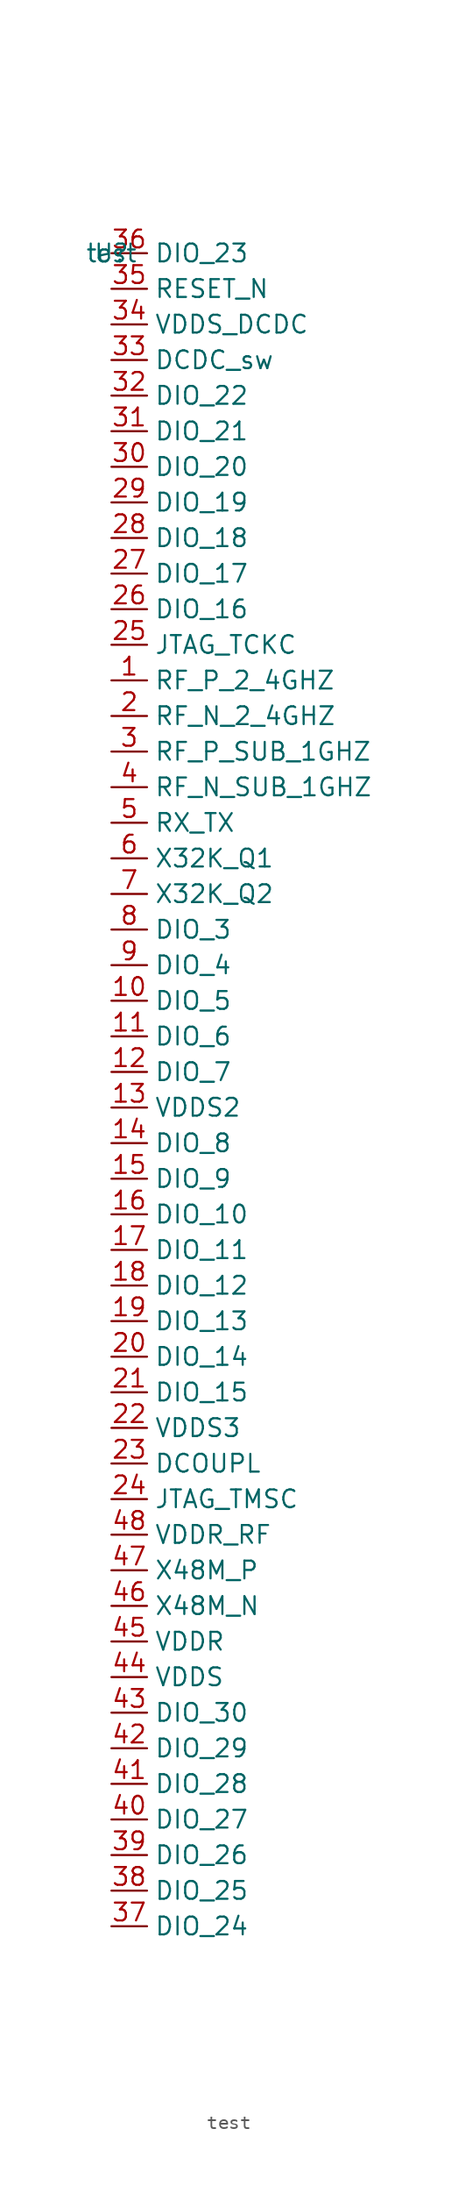
<source format=kicad_sym>
(kicad_symbol_lib
  (version 20211014)
  (generator symbolOCR)
  (symbol "test"
    (property "Reference" "U"
      (at 0 0 0)
      (effects (font (size 1.27 1.27))))
    (property "Value" "test"
      (at 0 0 0)
      (effects (font (size 1.27 1.27))))
    (symbol "test_1_1"
      (pin input line (at 0 0.00 0) (length 2.54) (name "DIO_23" (effects (font (size 1.27 1.27)))) (number "36" (effects (font (size 1.27 1.27)))))
      (pin input line (at 0 -2.54 0) (length 2.54) (name "RESET_N" (effects (font (size 1.27 1.27)))) (number "35" (effects (font (size 1.27 1.27)))))
      (pin input line (at 0 -5.08 0) (length 2.54) (name "VDDS_DCDC" (effects (font (size 1.27 1.27)))) (number "34" (effects (font (size 1.27 1.27)))))
      (pin input line (at 0 -7.62 0) (length 2.54) (name "DCDC_sw" (effects (font (size 1.27 1.27)))) (number "33" (effects (font (size 1.27 1.27)))))
      (pin input line (at 0 -10.16 0) (length 2.54) (name "DIO_22" (effects (font (size 1.27 1.27)))) (number "32" (effects (font (size 1.27 1.27)))))
      (pin input line (at 0 -12.70 0) (length 2.54) (name "DIO_21" (effects (font (size 1.27 1.27)))) (number "31" (effects (font (size 1.27 1.27)))))
      (pin input line (at 0 -15.24 0) (length 2.54) (name "DIO_20" (effects (font (size 1.27 1.27)))) (number "30" (effects (font (size 1.27 1.27)))))
      (pin input line (at 0 -17.78 0) (length 2.54) (name "DIO_19" (effects (font (size 1.27 1.27)))) (number "29" (effects (font (size 1.27 1.27)))))
      (pin input line (at 0 -20.32 0) (length 2.54) (name "DIO_18" (effects (font (size 1.27 1.27)))) (number "28" (effects (font (size 1.27 1.27)))))
      (pin input line (at 0 -22.86 0) (length 2.54) (name "DIO_17" (effects (font (size 1.27 1.27)))) (number "27" (effects (font (size 1.27 1.27)))))
      (pin input line (at 0 -25.40 0) (length 2.54) (name "DIO_16" (effects (font (size 1.27 1.27)))) (number "26" (effects (font (size 1.27 1.27)))))
      (pin input line (at 0 -27.94 0) (length 2.54) (name "JTAG_TCKC" (effects (font (size 1.27 1.27)))) (number "25" (effects (font (size 1.27 1.27)))))
      (pin input line (at 0 -30.48 0) (length 2.54) (name "RF_P_2_4GHZ" (effects (font (size 1.27 1.27)))) (number "1" (effects (font (size 1.27 1.27)))))
      (pin input line (at 0 -33.02 0) (length 2.54) (name "RF_N_2_4GHZ" (effects (font (size 1.27 1.27)))) (number "2" (effects (font (size 1.27 1.27)))))
      (pin input line (at 0 -35.56 0) (length 2.54) (name "RF_P_SUB_1GHZ" (effects (font (size 1.27 1.27)))) (number "3" (effects (font (size 1.27 1.27)))))
      (pin input line (at 0 -38.10 0) (length 2.54) (name "RF_N_SUB_1GHZ" (effects (font (size 1.27 1.27)))) (number "4" (effects (font (size 1.27 1.27)))))
      (pin input line (at 0 -40.64 0) (length 2.54) (name "RX_TX" (effects (font (size 1.27 1.27)))) (number "5" (effects (font (size 1.27 1.27)))))
      (pin input line (at 0 -43.18 0) (length 2.54) (name "X32K_Q1" (effects (font (size 1.27 1.27)))) (number "6" (effects (font (size 1.27 1.27)))))
      (pin input line (at 0 -45.72 0) (length 2.54) (name "X32K_Q2" (effects (font (size 1.27 1.27)))) (number "7" (effects (font (size 1.27 1.27)))))
      (pin input line (at 0 -48.26 0) (length 2.54) (name "DIO_3" (effects (font (size 1.27 1.27)))) (number "8" (effects (font (size 1.27 1.27)))))
      (pin input line (at 0 -50.80 0) (length 2.54) (name "DIO_4" (effects (font (size 1.27 1.27)))) (number "9" (effects (font (size 1.27 1.27)))))
      (pin input line (at 0 -53.34 0) (length 2.54) (name "DIO_5" (effects (font (size 1.27 1.27)))) (number "10" (effects (font (size 1.27 1.27)))))
      (pin input line (at 0 -55.88 0) (length 2.54) (name "DIO_6" (effects (font (size 1.27 1.27)))) (number "11" (effects (font (size 1.27 1.27)))))
      (pin input line (at 0 -58.42 0) (length 2.54) (name "DIO_7" (effects (font (size 1.27 1.27)))) (number "12" (effects (font (size 1.27 1.27)))))
      (pin input line (at 0 -60.96 0) (length 2.54) (name "VDDS2" (effects (font (size 1.27 1.27)))) (number "13" (effects (font (size 1.27 1.27)))))
      (pin input line (at 0 -63.50 0) (length 2.54) (name "DIO_8" (effects (font (size 1.27 1.27)))) (number "14" (effects (font (size 1.27 1.27)))))
      (pin input line (at 0 -66.04 0) (length 2.54) (name "DIO_9" (effects (font (size 1.27 1.27)))) (number "15" (effects (font (size 1.27 1.27)))))
      (pin input line (at 0 -68.58 0) (length 2.54) (name "DIO_10" (effects (font (size 1.27 1.27)))) (number "16" (effects (font (size 1.27 1.27)))))
      (pin input line (at 0 -71.12 0) (length 2.54) (name "DIO_11" (effects (font (size 1.27 1.27)))) (number "17" (effects (font (size 1.27 1.27)))))
      (pin input line (at 0 -73.66 0) (length 2.54) (name "DIO_12" (effects (font (size 1.27 1.27)))) (number "18" (effects (font (size 1.27 1.27)))))
      (pin input line (at 0 -76.20 0) (length 2.54) (name "DIO_13" (effects (font (size 1.27 1.27)))) (number "19" (effects (font (size 1.27 1.27)))))
      (pin input line (at 0 -78.74 0) (length 2.54) (name "DIO_14" (effects (font (size 1.27 1.27)))) (number "20" (effects (font (size 1.27 1.27)))))
      (pin input line (at 0 -81.28 0) (length 2.54) (name "DIO_15" (effects (font (size 1.27 1.27)))) (number "21" (effects (font (size 1.27 1.27)))))
      (pin input line (at 0 -83.82 0) (length 2.54) (name "VDDS3" (effects (font (size 1.27 1.27)))) (number "22" (effects (font (size 1.27 1.27)))))
      (pin input line (at 0 -86.36 0) (length 2.54) (name "DCOUPL" (effects (font (size 1.27 1.27)))) (number "23" (effects (font (size 1.27 1.27)))))
      (pin input line (at 0 -88.90 0) (length 2.54) (name "JTAG_TMSC" (effects (font (size 1.27 1.27)))) (number "24" (effects (font (size 1.27 1.27)))))
      (pin input line (at 0 -91.44 0) (length 2.54) (name "VDDR_RF" (effects (font (size 1.27 1.27)))) (number "48" (effects (font (size 1.27 1.27)))))
      (pin input line (at 0 -93.98 0) (length 2.54) (name "X48M_P" (effects (font (size 1.27 1.27)))) (number "47" (effects (font (size 1.27 1.27)))))
      (pin input line (at 0 -96.52 0) (length 2.54) (name "X48M_N" (effects (font (size 1.27 1.27)))) (number "46" (effects (font (size 1.27 1.27)))))
      (pin input line (at 0 -99.06 0) (length 2.54) (name "VDDR" (effects (font (size 1.27 1.27)))) (number "45" (effects (font (size 1.27 1.27)))))
      (pin input line (at 0 -101.60 0) (length 2.54) (name "VDDS" (effects (font (size 1.27 1.27)))) (number "44" (effects (font (size 1.27 1.27)))))
      (pin input line (at 0 -104.14 0) (length 2.54) (name "DIO_30" (effects (font (size 1.27 1.27)))) (number "43" (effects (font (size 1.27 1.27)))))
      (pin input line (at 0 -106.68 0) (length 2.54) (name "DIO_29" (effects (font (size 1.27 1.27)))) (number "42" (effects (font (size 1.27 1.27)))))
      (pin input line (at 0 -109.22 0) (length 2.54) (name "DIO_28" (effects (font (size 1.27 1.27)))) (number "41" (effects (font (size 1.27 1.27)))))
      (pin input line (at 0 -111.76 0) (length 2.54) (name "DIO_27" (effects (font (size 1.27 1.27)))) (number "40" (effects (font (size 1.27 1.27)))))
      (pin input line (at 0 -114.30 0) (length 2.54) (name "DIO_26" (effects (font (size 1.27 1.27)))) (number "39" (effects (font (size 1.27 1.27)))))
      (pin input line (at 0 -116.84 0) (length 2.54) (name "DIO_25" (effects (font (size 1.27 1.27)))) (number "38" (effects (font (size 1.27 1.27)))))
      (pin input line (at 0 -119.38 0) (length 2.54) (name "DIO_24" (effects (font (size 1.27 1.27)))) (number "37" (effects (font (size 1.27 1.27))))))))
</source>
